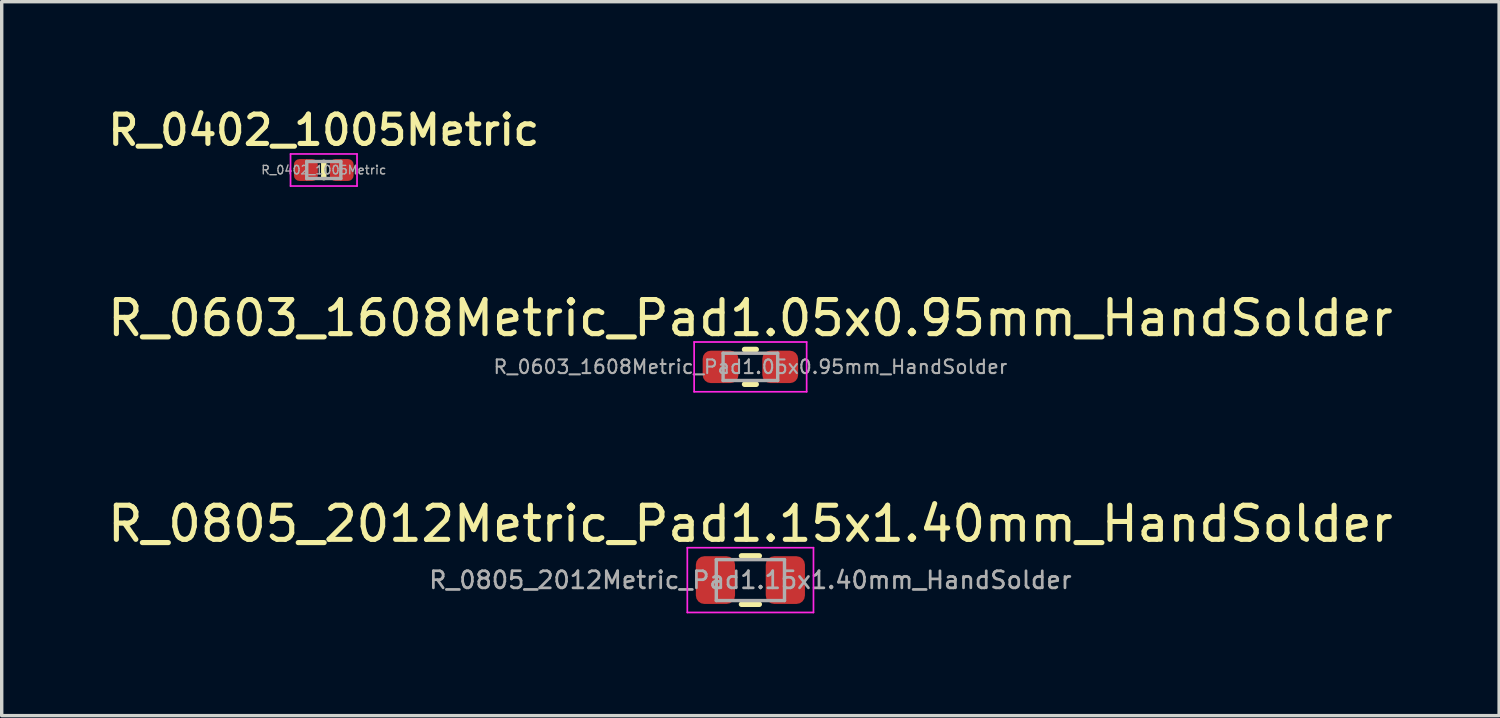
<source format=kicad_pcb>
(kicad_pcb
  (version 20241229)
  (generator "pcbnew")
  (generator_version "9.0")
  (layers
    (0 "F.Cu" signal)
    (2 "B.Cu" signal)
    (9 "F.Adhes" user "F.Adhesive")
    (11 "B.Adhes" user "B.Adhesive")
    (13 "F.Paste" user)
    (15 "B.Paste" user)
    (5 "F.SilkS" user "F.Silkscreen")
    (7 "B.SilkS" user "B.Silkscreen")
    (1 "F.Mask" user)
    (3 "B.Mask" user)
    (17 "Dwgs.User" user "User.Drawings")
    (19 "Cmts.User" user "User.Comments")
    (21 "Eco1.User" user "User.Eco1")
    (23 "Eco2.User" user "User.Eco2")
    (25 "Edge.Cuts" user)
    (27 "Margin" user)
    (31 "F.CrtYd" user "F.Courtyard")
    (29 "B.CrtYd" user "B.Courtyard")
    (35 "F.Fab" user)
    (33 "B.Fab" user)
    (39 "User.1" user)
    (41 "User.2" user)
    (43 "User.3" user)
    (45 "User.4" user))
  (footprint "R_0402_1005Metric"
    (layer "F.Cu")
    (at 6.446 1.936)
    (property "Reference" "R_0402_1005Metric" (at 0 -1.17 0) (layer "F.SilkS") (effects (font (size 0.86 0.86) (thickness 0.15))))
    (attr smd)
    (fp_line (start 0 0.225) (end 0 -0.225) (stroke (width 0.16) (type solid)) (layer "F.SilkS"))
    (fp_line (start -0.975 -0.47) (end 0.975 -0.47) (stroke (width 0.05) (type solid)) (layer "F.CrtYd"))
    (fp_line (start -0.975 0.47) (end -0.975 -0.47) (stroke (width 0.05) (type solid)) (layer "F.CrtYd"))
    (fp_line (start 0.975 -0.47) (end 0.975 0.47) (stroke (width 0.05) (type solid)) (layer "F.CrtYd"))
    (fp_line (start 0.975 0.47) (end -0.975 0.47) (stroke (width 0.05) (type solid)) (layer "F.CrtYd"))
    (fp_line (start -0.5 -0.25) (end 0.5 -0.25) (stroke (width 0.1) (type solid)) (layer "F.Fab"))
    (fp_line (start -0.5 0.25) (end -0.5 -0.25) (stroke (width 0.1) (type solid)) (layer "F.Fab"))
    (fp_line (start 0.5 -0.25) (end 0.5 0.25) (stroke (width 0.1) (type solid)) (layer "F.Fab"))
    (fp_line (start 0.5 0.25) (end -0.5 0.25) (stroke (width 0.1) (type solid)) (layer "F.Fab"))
    (fp_text user "${REFERENCE}" (at 0 0 0) (layer "F.Fab") (effects (font (size 0.25 0.25) (thickness 0.04))))
    (pad "1" smd roundrect (at -0.525 0) (size 0.7 0.64) (layers "F.Cu" "F.Mask" "F.Paste") (roundrect_rratio 0.25))
    (pad "2" smd roundrect (at 0.525 0) (size 0.7 0.64) (layers "F.Cu" "F.Mask" "F.Paste") (roundrect_rratio 0.25)))
  (footprint "R_0805_2012Metric_Pad1.15x1.40mm_HandSolder"
    (layer "F.Cu")
    (at 18.958 13.963)
    (property "Reference" "R_0805_2012Metric_Pad1.15x1.40mm_HandSolder" (at 0 -1.65 0) (layer "F.SilkS") (effects (font (size 1 1) (thickness 0.15))))
    (attr smd)
    (fp_line (start -0.261 -0.71) (end 0.261 -0.71) (stroke (width 0.16) (type solid)) (layer "F.SilkS"))
    (fp_line (start -0.261 0.71) (end 0.261 0.71) (stroke (width 0.16) (type solid)) (layer "F.SilkS"))
    (fp_line (start -1.85 -0.95) (end 1.85 -0.95) (stroke (width 0.05) (type solid)) (layer "F.CrtYd"))
    (fp_line (start -1.85 0.95) (end -1.85 -0.95) (stroke (width 0.05) (type solid)) (layer "F.CrtYd"))
    (fp_line (start 1.85 -0.95) (end 1.85 0.95) (stroke (width 0.05) (type solid)) (layer "F.CrtYd"))
    (fp_line (start 1.85 0.95) (end -1.85 0.95) (stroke (width 0.05) (type solid)) (layer "F.CrtYd"))
    (fp_line (start -1 -0.6) (end 1 -0.6) (stroke (width 0.1) (type solid)) (layer "F.Fab"))
    (fp_line (start -1 0.6) (end -1 -0.6) (stroke (width 0.1) (type solid)) (layer "F.Fab"))
    (fp_line (start 1 -0.6) (end 1 0.6) (stroke (width 0.1) (type solid)) (layer "F.Fab"))
    (fp_line (start 1 0.6) (end -1 0.6) (stroke (width 0.1) (type solid)) (layer "F.Fab"))
    (fp_text user "${REFERENCE}" (at 0 0 0) (layer "F.Fab") (effects (font (size 0.5 0.5) (thickness 0.08))))
    (pad "1" smd roundrect (at -1.025 0) (size 1.15 1.4) (layers "F.Cu" "F.Mask" "F.Paste") (roundrect_rratio 0.217))
    (pad "2" smd roundrect (at 1.025 0) (size 1.15 1.4) (layers "F.Cu" "F.Mask" "F.Paste") (roundrect_rratio 0.217)))
  (footprint "R_0603_1608Metric_Pad1.05x0.95mm_HandSolder"
    (layer "F.Cu")
    (at 18.958 7.71)
    (property "Reference" "R_0603_1608Metric_Pad1.05x0.95mm_HandSolder" (at 0 -1.43 0) (layer "F.SilkS") (effects (font (size 1 1) (thickness 0.15))))
    (attr smd)
    (fp_line (start -0.171 -0.51) (end 0.171 -0.51) (stroke (width 0.16) (type solid)) (layer "F.SilkS"))
    (fp_line (start -0.171 0.51) (end 0.171 0.51) (stroke (width 0.16) (type solid)) (layer "F.SilkS"))
    (fp_line (start -1.65 -0.73) (end 1.65 -0.73) (stroke (width 0.05) (type solid)) (layer "F.CrtYd"))
    (fp_line (start -1.65 0.73) (end -1.65 -0.73) (stroke (width 0.05) (type solid)) (layer "F.CrtYd"))
    (fp_line (start 1.65 -0.73) (end 1.65 0.73) (stroke (width 0.05) (type solid)) (layer "F.CrtYd"))
    (fp_line (start 1.65 0.73) (end -1.65 0.73) (stroke (width 0.05) (type solid)) (layer "F.CrtYd"))
    (fp_line (start -0.8 -0.4) (end 0.8 -0.4) (stroke (width 0.1) (type solid)) (layer "F.Fab"))
    (fp_line (start -0.8 0.4) (end -0.8 -0.4) (stroke (width 0.1) (type solid)) (layer "F.Fab"))
    (fp_line (start 0.8 -0.4) (end 0.8 0.4) (stroke (width 0.1) (type solid)) (layer "F.Fab"))
    (fp_line (start 0.8 0.4) (end -0.8 0.4) (stroke (width 0.1) (type solid)) (layer "F.Fab"))
    (fp_text user "${REFERENCE}" (at 0 0 0) (layer "F.Fab") (effects (font (size 0.4 0.4) (thickness 0.06))))
    (pad "1" smd roundrect (at -0.875 0) (size 1.05 0.95) (layers "F.Cu" "F.Mask" "F.Paste") (roundrect_rratio 0.25))
    (pad "2" smd roundrect (at 0.875 0) (size 1.05 0.95) (layers "F.Cu" "F.Mask" "F.Paste") (roundrect_rratio 0.25)))
  (gr_rect
    (start -3 -3)
    (end 40.917 17.938)
    (stroke (width 0.1) (type default))
    (fill no)
    (layer "Edge.Cuts")))
</source>
